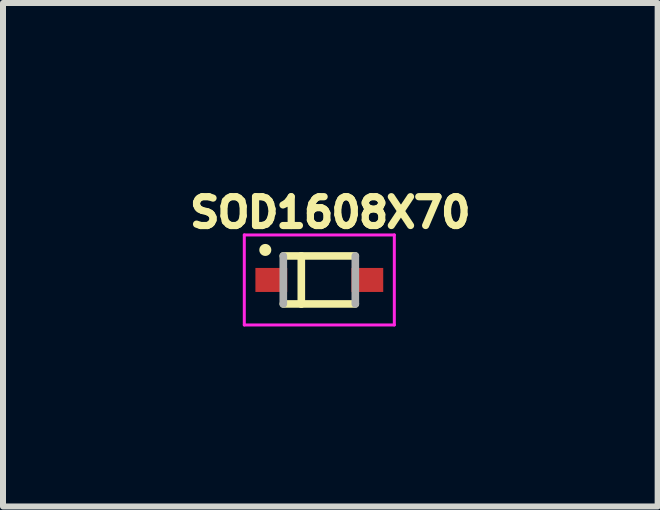
<source format=kicad_pcb>
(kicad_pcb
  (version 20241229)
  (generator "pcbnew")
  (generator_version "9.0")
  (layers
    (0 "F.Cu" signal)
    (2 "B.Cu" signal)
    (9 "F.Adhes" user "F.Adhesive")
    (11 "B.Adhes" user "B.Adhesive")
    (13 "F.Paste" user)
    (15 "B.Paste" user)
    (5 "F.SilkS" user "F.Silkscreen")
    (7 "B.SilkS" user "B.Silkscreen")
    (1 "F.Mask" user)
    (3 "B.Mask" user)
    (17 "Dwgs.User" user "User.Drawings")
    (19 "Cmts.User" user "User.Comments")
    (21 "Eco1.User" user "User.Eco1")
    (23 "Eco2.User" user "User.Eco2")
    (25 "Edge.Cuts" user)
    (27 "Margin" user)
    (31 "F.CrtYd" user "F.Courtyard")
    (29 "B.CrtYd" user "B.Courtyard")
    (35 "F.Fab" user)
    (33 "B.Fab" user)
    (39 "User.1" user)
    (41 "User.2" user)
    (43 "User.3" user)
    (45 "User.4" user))
  (footprint "SOD1608X70"
    (layer "F.Cu")
    (at 2.271 1.615)
    (property "Reference" "SOD1608X70" (at 0.183 -1.123 0) (layer "F.SilkS") (effects (font (size 0.48 0.48) (thickness 0.15))))
    (attr smd)
    (fp_line (start -0.6 -0.4) (end -0.3 -0.4) (stroke (width 0.127) (type solid)) (layer "F.SilkS"))
    (fp_line (start -0.3 -0.4) (end -0.3 0.4) (stroke (width 0.127) (type solid)) (layer "F.SilkS"))
    (fp_line (start -0.3 -0.4) (end 0.6 -0.4) (stroke (width 0.127) (type solid)) (layer "F.SilkS"))
    (fp_line (start -0.3 0.4) (end -0.6 0.4) (stroke (width 0.127) (type solid)) (layer "F.SilkS"))
    (fp_line (start 0.6 0.4) (end -0.3 0.4) (stroke (width 0.127) (type solid)) (layer "F.SilkS"))
    (fp_circle (center -0.9 -0.5) (end -0.8 -0.5) (stroke (width 0) (type solid)) (fill yes) (layer "F.SilkS"))
    (fp_line (start -1.25 -0.75) (end 1.25 -0.75) (stroke (width 0.05) (type solid)) (layer "F.CrtYd"))
    (fp_line (start -1.25 0.75) (end -1.25 -0.75) (stroke (width 0.05) (type solid)) (layer "F.CrtYd"))
    (fp_line (start 1.25 -0.75) (end 1.25 0.75) (stroke (width 0.05) (type solid)) (layer "F.CrtYd"))
    (fp_line (start 1.25 0.75) (end -1.25 0.75) (stroke (width 0.05) (type solid)) (layer "F.CrtYd"))
    (fp_line (start -0.6 0.4) (end -0.6 -0.4) (stroke (width 0.127) (type solid)) (layer "F.Fab"))
    (fp_line (start 0.6 -0.4) (end 0.6 0.4) (stroke (width 0.127) (type solid)) (layer "F.Fab"))
    (pad "1" smd rect (at -0.8 0) (size 0.53 0.4) (layers "F.Cu" "F.Mask" "F.Paste"))
    (pad "2" smd rect (at 0.8 0) (size 0.53 0.4) (layers "F.Cu" "F.Mask" "F.Paste")))
  (gr_rect
    (start -3 -3)
    (end 7.909 5.39)
    (stroke (width 0.1) (type default))
    (fill no)
    (layer "Edge.Cuts")))
</source>
